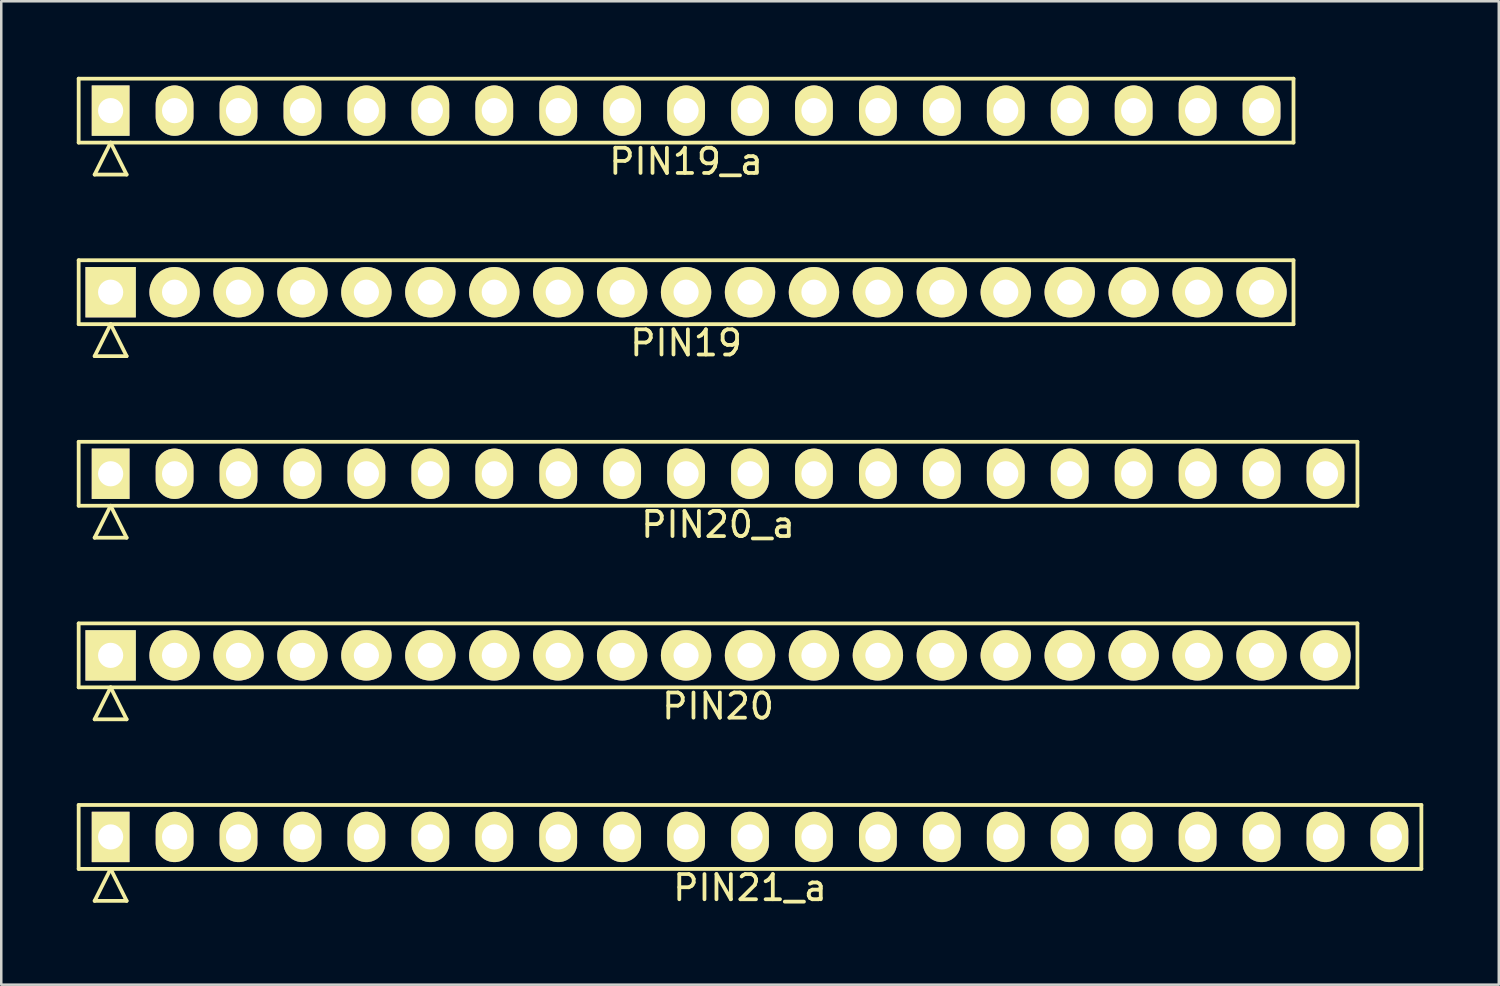
<source format=kicad_pcb>
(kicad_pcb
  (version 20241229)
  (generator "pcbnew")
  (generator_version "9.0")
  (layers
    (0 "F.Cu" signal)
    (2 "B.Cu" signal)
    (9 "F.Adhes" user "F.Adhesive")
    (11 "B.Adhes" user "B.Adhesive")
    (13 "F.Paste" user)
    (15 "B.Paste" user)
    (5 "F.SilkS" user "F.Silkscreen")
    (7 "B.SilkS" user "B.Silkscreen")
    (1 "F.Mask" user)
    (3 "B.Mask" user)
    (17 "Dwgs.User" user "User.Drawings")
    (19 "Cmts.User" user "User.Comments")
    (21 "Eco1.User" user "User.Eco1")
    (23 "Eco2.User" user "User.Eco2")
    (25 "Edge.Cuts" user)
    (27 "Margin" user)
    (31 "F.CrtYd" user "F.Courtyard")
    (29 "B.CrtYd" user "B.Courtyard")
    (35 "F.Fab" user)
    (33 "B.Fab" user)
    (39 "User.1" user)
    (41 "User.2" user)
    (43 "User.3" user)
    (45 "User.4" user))
  (footprint "PIN19_a"
    (layer "F.Cu")
    (at 24.205 1.345)
    (property "Reference" "PIN19_a" (at 0 2.02 0) (layer "F.SilkS") (effects (font (size 1 1) (thickness 0.15))))
    (attr through_hole)
    (fp_line (start -24.13 -1.27) (end -24.13 1.27) (stroke (width 0.15) (type solid)) (layer "F.SilkS"))
    (fp_line (start -24.13 1.27) (end 24.13 1.27) (stroke (width 0.15) (type solid)) (layer "F.SilkS"))
    (fp_line (start -23.495 2.54) (end -22.86 1.27) (stroke (width 0.15) (type solid)) (layer "F.SilkS"))
    (fp_line (start -23.495 2.54) (end -22.225 2.54) (stroke (width 0.15) (type solid)) (layer "F.SilkS"))
    (fp_line (start -22.225 2.54) (end -22.86 1.27) (stroke (width 0.15) (type solid)) (layer "F.SilkS"))
    (fp_line (start 24.13 -1.27) (end -24.13 -1.27) (stroke (width 0.15) (type solid)) (layer "F.SilkS"))
    (fp_line (start 24.13 1.27) (end 24.13 -1.27) (stroke (width 0.15) (type solid)) (layer "F.SilkS"))
    (pad "1" thru_hole rect (at -22.86 0) (size 1.5 2) (drill 1) (layers "*.Cu" "*.Mask" "F.SilkS"))
    (pad "2" thru_hole oval (at -20.32 0) (size 1.5 2) (drill 1) (layers "*.Cu" "*.Mask" "F.SilkS"))
    (pad "3" thru_hole oval (at -17.78 0) (size 1.5 2) (drill 1) (layers "*.Cu" "*.Mask" "F.SilkS"))
    (pad "4" thru_hole oval (at -15.24 0) (size 1.5 2) (drill 1) (layers "*.Cu" "*.Mask" "F.SilkS"))
    (pad "5" thru_hole oval (at -12.7 0) (size 1.5 2) (drill 1) (layers "*.Cu" "*.Mask" "F.SilkS"))
    (pad "6" thru_hole oval (at -10.16 0) (size 1.5 2) (drill 1) (layers "*.Cu" "*.Mask" "F.SilkS"))
    (pad "7" thru_hole oval (at -7.62 0) (size 1.5 2) (drill 1) (layers "*.Cu" "*.Mask" "F.SilkS"))
    (pad "8" thru_hole oval (at -5.08 0) (size 1.5 2) (drill 1) (layers "*.Cu" "*.Mask" "F.SilkS"))
    (pad "9" thru_hole oval (at -2.54 0) (size 1.5 2) (drill 1) (layers "*.Cu" "*.Mask" "F.SilkS"))
    (pad "10" thru_hole oval (at 0 0) (size 1.5 2) (drill 1) (layers "*.Cu" "*.Mask" "F.SilkS"))
    (pad "11" thru_hole oval (at 2.54 0) (size 1.5 2) (drill 1) (layers "*.Cu" "*.Mask" "F.SilkS"))
    (pad "12" thru_hole oval (at 5.08 0) (size 1.5 2) (drill 1) (layers "*.Cu" "*.Mask" "F.SilkS"))
    (pad "13" thru_hole oval (at 7.62 0) (size 1.5 2) (drill 1) (layers "*.Cu" "*.Mask" "F.SilkS"))
    (pad "14" thru_hole oval (at 10.16 0) (size 1.5 2) (drill 1) (layers "*.Cu" "*.Mask" "F.SilkS"))
    (pad "15" thru_hole oval (at 12.7 0) (size 1.5 2) (drill 1) (layers "*.Cu" "*.Mask" "F.SilkS"))
    (pad "16" thru_hole oval (at 15.24 0) (size 1.5 2) (drill 1) (layers "*.Cu" "*.Mask" "F.SilkS"))
    (pad "17" thru_hole oval (at 17.78 0) (size 1.5 2) (drill 1) (layers "*.Cu" "*.Mask" "F.SilkS"))
    (pad "18" thru_hole oval (at 20.32 0) (size 1.5 2) (drill 1) (layers "*.Cu" "*.Mask" "F.SilkS"))
    (pad "19" thru_hole oval (at 22.86 0) (size 1.5 2) (drill 1) (layers "*.Cu" "*.Mask" "F.SilkS")))
  (footprint "PIN20_a"
    (layer "F.Cu")
    (at 25.475 15.771)
    (property "Reference" "PIN20_a" (at 0 2.02 0) (layer "F.SilkS") (effects (font (size 1 1) (thickness 0.15))))
    (attr through_hole)
    (fp_line (start -25.4 -1.27) (end -25.4 1.27) (stroke (width 0.15) (type solid)) (layer "F.SilkS"))
    (fp_line (start -25.4 1.27) (end 25.4 1.27) (stroke (width 0.15) (type solid)) (layer "F.SilkS"))
    (fp_line (start -24.765 2.54) (end -24.13 1.27) (stroke (width 0.15) (type solid)) (layer "F.SilkS"))
    (fp_line (start -24.765 2.54) (end -23.495 2.54) (stroke (width 0.15) (type solid)) (layer "F.SilkS"))
    (fp_line (start -23.495 2.54) (end -24.13 1.27) (stroke (width 0.15) (type solid)) (layer "F.SilkS"))
    (fp_line (start 25.4 -1.27) (end -25.4 -1.27) (stroke (width 0.15) (type solid)) (layer "F.SilkS"))
    (fp_line (start 25.4 1.27) (end 25.4 -1.27) (stroke (width 0.15) (type solid)) (layer "F.SilkS"))
    (pad "1" thru_hole rect (at -24.13 0) (size 1.5 2) (drill 1) (layers "*.Cu" "*.Mask" "F.SilkS"))
    (pad "2" thru_hole oval (at -21.59 0) (size 1.5 2) (drill 1) (layers "*.Cu" "*.Mask" "F.SilkS"))
    (pad "3" thru_hole oval (at -19.05 0) (size 1.5 2) (drill 1) (layers "*.Cu" "*.Mask" "F.SilkS"))
    (pad "4" thru_hole oval (at -16.51 0) (size 1.5 2) (drill 1) (layers "*.Cu" "*.Mask" "F.SilkS"))
    (pad "5" thru_hole oval (at -13.97 0) (size 1.5 2) (drill 1) (layers "*.Cu" "*.Mask" "F.SilkS"))
    (pad "6" thru_hole oval (at -11.43 0) (size 1.5 2) (drill 1) (layers "*.Cu" "*.Mask" "F.SilkS"))
    (pad "7" thru_hole oval (at -8.89 0) (size 1.5 2) (drill 1) (layers "*.Cu" "*.Mask" "F.SilkS"))
    (pad "8" thru_hole oval (at -6.35 0) (size 1.5 2) (drill 1) (layers "*.Cu" "*.Mask" "F.SilkS"))
    (pad "9" thru_hole oval (at -3.81 0) (size 1.5 2) (drill 1) (layers "*.Cu" "*.Mask" "F.SilkS"))
    (pad "10" thru_hole oval (at -1.27 0) (size 1.5 2) (drill 1) (layers "*.Cu" "*.Mask" "F.SilkS"))
    (pad "11" thru_hole oval (at 1.27 0) (size 1.5 2) (drill 1) (layers "*.Cu" "*.Mask" "F.SilkS"))
    (pad "12" thru_hole oval (at 3.81 0) (size 1.5 2) (drill 1) (layers "*.Cu" "*.Mask" "F.SilkS"))
    (pad "13" thru_hole oval (at 6.35 0) (size 1.5 2) (drill 1) (layers "*.Cu" "*.Mask" "F.SilkS"))
    (pad "14" thru_hole oval (at 8.89 0) (size 1.5 2) (drill 1) (layers "*.Cu" "*.Mask" "F.SilkS"))
    (pad "15" thru_hole oval (at 11.43 0) (size 1.5 2) (drill 1) (layers "*.Cu" "*.Mask" "F.SilkS"))
    (pad "16" thru_hole oval (at 13.97 0) (size 1.5 2) (drill 1) (layers "*.Cu" "*.Mask" "F.SilkS"))
    (pad "17" thru_hole oval (at 16.51 0) (size 1.5 2) (drill 1) (layers "*.Cu" "*.Mask" "F.SilkS"))
    (pad "18" thru_hole oval (at 19.05 0) (size 1.5 2) (drill 1) (layers "*.Cu" "*.Mask" "F.SilkS"))
    (pad "19" thru_hole oval (at 21.59 0) (size 1.5 2) (drill 1) (layers "*.Cu" "*.Mask" "F.SilkS"))
    (pad "20" thru_hole oval (at 24.13 0) (size 1.5 2) (drill 1) (layers "*.Cu" "*.Mask" "F.SilkS")))
  (footprint "PIN20"
    (layer "F.Cu")
    (at 25.475 22.985)
    (property "Reference" "PIN20" (at 0 2.02 0) (layer "F.SilkS") (effects (font (size 1 1) (thickness 0.15))))
    (attr through_hole)
    (fp_line (start -25.4 -1.27) (end -25.4 1.27) (stroke (width 0.15) (type solid)) (layer "F.SilkS"))
    (fp_line (start -25.4 1.27) (end 25.4 1.27) (stroke (width 0.15) (type solid)) (layer "F.SilkS"))
    (fp_line (start -24.765 2.54) (end -24.13 1.27) (stroke (width 0.15) (type solid)) (layer "F.SilkS"))
    (fp_line (start -24.765 2.54) (end -23.495 2.54) (stroke (width 0.15) (type solid)) (layer "F.SilkS"))
    (fp_line (start -23.495 2.54) (end -24.13 1.27) (stroke (width 0.15) (type solid)) (layer "F.SilkS"))
    (fp_line (start 25.4 -1.27) (end -25.4 -1.27) (stroke (width 0.15) (type solid)) (layer "F.SilkS"))
    (fp_line (start 25.4 1.27) (end 25.4 -1.27) (stroke (width 0.15) (type solid)) (layer "F.SilkS"))
    (pad "1" thru_hole rect (at -24.13 0) (size 2 2) (drill 1) (layers "*.Cu" "*.Mask" "F.SilkS"))
    (pad "2" thru_hole oval (at -21.59 0) (size 2 2) (drill 1) (layers "*.Cu" "*.Mask" "F.SilkS"))
    (pad "3" thru_hole oval (at -19.05 0) (size 2 2) (drill 1) (layers "*.Cu" "*.Mask" "F.SilkS"))
    (pad "4" thru_hole oval (at -16.51 0) (size 2 2) (drill 1) (layers "*.Cu" "*.Mask" "F.SilkS"))
    (pad "5" thru_hole oval (at -13.97 0) (size 2 2) (drill 1) (layers "*.Cu" "*.Mask" "F.SilkS"))
    (pad "6" thru_hole oval (at -11.43 0) (size 2 2) (drill 1) (layers "*.Cu" "*.Mask" "F.SilkS"))
    (pad "7" thru_hole oval (at -8.89 0) (size 2 2) (drill 1) (layers "*.Cu" "*.Mask" "F.SilkS"))
    (pad "8" thru_hole oval (at -6.35 0) (size 2 2) (drill 1) (layers "*.Cu" "*.Mask" "F.SilkS"))
    (pad "9" thru_hole oval (at -3.81 0) (size 2 2) (drill 1) (layers "*.Cu" "*.Mask" "F.SilkS"))
    (pad "10" thru_hole oval (at -1.27 0) (size 2 2) (drill 1) (layers "*.Cu" "*.Mask" "F.SilkS"))
    (pad "11" thru_hole oval (at 1.27 0) (size 2 2) (drill 1) (layers "*.Cu" "*.Mask" "F.SilkS"))
    (pad "12" thru_hole oval (at 3.81 0) (size 2 2) (drill 1) (layers "*.Cu" "*.Mask" "F.SilkS"))
    (pad "13" thru_hole oval (at 6.35 0) (size 2 2) (drill 1) (layers "*.Cu" "*.Mask" "F.SilkS"))
    (pad "14" thru_hole oval (at 8.89 0) (size 2 2) (drill 1) (layers "*.Cu" "*.Mask" "F.SilkS"))
    (pad "15" thru_hole oval (at 11.43 0) (size 2 2) (drill 1) (layers "*.Cu" "*.Mask" "F.SilkS"))
    (pad "16" thru_hole oval (at 13.97 0) (size 2 2) (drill 1) (layers "*.Cu" "*.Mask" "F.SilkS"))
    (pad "17" thru_hole oval (at 16.51 0) (size 2 2) (drill 1) (layers "*.Cu" "*.Mask" "F.SilkS"))
    (pad "18" thru_hole oval (at 19.05 0) (size 2 2) (drill 1) (layers "*.Cu" "*.Mask" "F.SilkS"))
    (pad "19" thru_hole oval (at 21.59 0) (size 2 2) (drill 1) (layers "*.Cu" "*.Mask" "F.SilkS"))
    (pad "20" thru_hole oval (at 24.13 0) (size 2 2) (drill 1) (layers "*.Cu" "*.Mask" "F.SilkS")))
  (footprint "PIN21_a"
    (layer "F.Cu")
    (at 26.745 30.198)
    (property "Reference" "PIN21_a" (at 0 2.02 0) (layer "F.SilkS") (effects (font (size 1 1) (thickness 0.15))))
    (attr through_hole)
    (fp_line (start -26.67 -1.27) (end -26.67 1.27) (stroke (width 0.15) (type solid)) (layer "F.SilkS"))
    (fp_line (start -26.67 1.27) (end 26.67 1.27) (stroke (width 0.15) (type solid)) (layer "F.SilkS"))
    (fp_line (start -26.035 2.54) (end -25.4 1.27) (stroke (width 0.15) (type solid)) (layer "F.SilkS"))
    (fp_line (start -26.035 2.54) (end -24.765 2.54) (stroke (width 0.15) (type solid)) (layer "F.SilkS"))
    (fp_line (start -24.765 2.54) (end -25.4 1.27) (stroke (width 0.15) (type solid)) (layer "F.SilkS"))
    (fp_line (start 26.67 -1.27) (end -26.67 -1.27) (stroke (width 0.15) (type solid)) (layer "F.SilkS"))
    (fp_line (start 26.67 1.27) (end 26.67 -1.27) (stroke (width 0.15) (type solid)) (layer "F.SilkS"))
    (pad "1" thru_hole rect (at -25.4 0) (size 1.5 2) (drill 1) (layers "*.Cu" "*.Mask" "F.SilkS"))
    (pad "2" thru_hole oval (at -22.86 0) (size 1.5 2) (drill 1) (layers "*.Cu" "*.Mask" "F.SilkS"))
    (pad "3" thru_hole oval (at -20.32 0) (size 1.5 2) (drill 1) (layers "*.Cu" "*.Mask" "F.SilkS"))
    (pad "4" thru_hole oval (at -17.78 0) (size 1.5 2) (drill 1) (layers "*.Cu" "*.Mask" "F.SilkS"))
    (pad "5" thru_hole oval (at -15.24 0) (size 1.5 2) (drill 1) (layers "*.Cu" "*.Mask" "F.SilkS"))
    (pad "6" thru_hole oval (at -12.7 0) (size 1.5 2) (drill 1) (layers "*.Cu" "*.Mask" "F.SilkS"))
    (pad "7" thru_hole oval (at -10.16 0) (size 1.5 2) (drill 1) (layers "*.Cu" "*.Mask" "F.SilkS"))
    (pad "8" thru_hole oval (at -7.62 0) (size 1.5 2) (drill 1) (layers "*.Cu" "*.Mask" "F.SilkS"))
    (pad "9" thru_hole oval (at -5.08 0) (size 1.5 2) (drill 1) (layers "*.Cu" "*.Mask" "F.SilkS"))
    (pad "10" thru_hole oval (at -2.54 0) (size 1.5 2) (drill 1) (layers "*.Cu" "*.Mask" "F.SilkS"))
    (pad "11" thru_hole oval (at 0 0) (size 1.5 2) (drill 1) (layers "*.Cu" "*.Mask" "F.SilkS"))
    (pad "12" thru_hole oval (at 2.54 0) (size 1.5 2) (drill 1) (layers "*.Cu" "*.Mask" "F.SilkS"))
    (pad "13" thru_hole oval (at 5.08 0) (size 1.5 2) (drill 1) (layers "*.Cu" "*.Mask" "F.SilkS"))
    (pad "14" thru_hole oval (at 7.62 0) (size 1.5 2) (drill 1) (layers "*.Cu" "*.Mask" "F.SilkS"))
    (pad "15" thru_hole oval (at 10.16 0) (size 1.5 2) (drill 1) (layers "*.Cu" "*.Mask" "F.SilkS"))
    (pad "16" thru_hole oval (at 12.7 0) (size 1.5 2) (drill 1) (layers "*.Cu" "*.Mask" "F.SilkS"))
    (pad "17" thru_hole oval (at 15.24 0) (size 1.5 2) (drill 1) (layers "*.Cu" "*.Mask" "F.SilkS"))
    (pad "18" thru_hole oval (at 17.78 0) (size 1.5 2) (drill 1) (layers "*.Cu" "*.Mask" "F.SilkS"))
    (pad "19" thru_hole oval (at 20.32 0) (size 1.5 2) (drill 1) (layers "*.Cu" "*.Mask" "F.SilkS"))
    (pad "20" thru_hole oval (at 22.86 0) (size 1.5 2) (drill 1) (layers "*.Cu" "*.Mask" "F.SilkS"))
    (pad "21" thru_hole oval (at 25.4 0) (size 1.5 2) (drill 1) (layers "*.Cu" "*.Mask" "F.SilkS")))
  (footprint "PIN19"
    (layer "F.Cu")
    (at 24.205 8.558)
    (property "Reference" "PIN19" (at 0 2.02 0) (layer "F.SilkS") (effects (font (size 1 1) (thickness 0.15))))
    (attr through_hole)
    (fp_line (start -24.13 -1.27) (end -24.13 1.27) (stroke (width 0.15) (type solid)) (layer "F.SilkS"))
    (fp_line (start -24.13 1.27) (end 24.13 1.27) (stroke (width 0.15) (type solid)) (layer "F.SilkS"))
    (fp_line (start -23.495 2.54) (end -22.86 1.27) (stroke (width 0.15) (type solid)) (layer "F.SilkS"))
    (fp_line (start -23.495 2.54) (end -22.225 2.54) (stroke (width 0.15) (type solid)) (layer "F.SilkS"))
    (fp_line (start -22.225 2.54) (end -22.86 1.27) (stroke (width 0.15) (type solid)) (layer "F.SilkS"))
    (fp_line (start 24.13 -1.27) (end -24.13 -1.27) (stroke (width 0.15) (type solid)) (layer "F.SilkS"))
    (fp_line (start 24.13 1.27) (end 24.13 -1.27) (stroke (width 0.15) (type solid)) (layer "F.SilkS"))
    (pad "1" thru_hole rect (at -22.86 0) (size 2 2) (drill 1) (layers "*.Cu" "*.Mask" "F.SilkS"))
    (pad "2" thru_hole oval (at -20.32 0) (size 2 2) (drill 1) (layers "*.Cu" "*.Mask" "F.SilkS"))
    (pad "3" thru_hole oval (at -17.78 0) (size 2 2) (drill 1) (layers "*.Cu" "*.Mask" "F.SilkS"))
    (pad "4" thru_hole oval (at -15.24 0) (size 2 2) (drill 1) (layers "*.Cu" "*.Mask" "F.SilkS"))
    (pad "5" thru_hole oval (at -12.7 0) (size 2 2) (drill 1) (layers "*.Cu" "*.Mask" "F.SilkS"))
    (pad "6" thru_hole oval (at -10.16 0) (size 2 2) (drill 1) (layers "*.Cu" "*.Mask" "F.SilkS"))
    (pad "7" thru_hole oval (at -7.62 0) (size 2 2) (drill 1) (layers "*.Cu" "*.Mask" "F.SilkS"))
    (pad "8" thru_hole oval (at -5.08 0) (size 2 2) (drill 1) (layers "*.Cu" "*.Mask" "F.SilkS"))
    (pad "9" thru_hole oval (at -2.54 0) (size 2 2) (drill 1) (layers "*.Cu" "*.Mask" "F.SilkS"))
    (pad "10" thru_hole oval (at 0 0) (size 2 2) (drill 1) (layers "*.Cu" "*.Mask" "F.SilkS"))
    (pad "11" thru_hole oval (at 2.54 0) (size 2 2) (drill 1) (layers "*.Cu" "*.Mask" "F.SilkS"))
    (pad "12" thru_hole oval (at 5.08 0) (size 2 2) (drill 1) (layers "*.Cu" "*.Mask" "F.SilkS"))
    (pad "13" thru_hole oval (at 7.62 0) (size 2 2) (drill 1) (layers "*.Cu" "*.Mask" "F.SilkS"))
    (pad "14" thru_hole oval (at 10.16 0) (size 2 2) (drill 1) (layers "*.Cu" "*.Mask" "F.SilkS"))
    (pad "15" thru_hole oval (at 12.7 0) (size 2 2) (drill 1) (layers "*.Cu" "*.Mask" "F.SilkS"))
    (pad "16" thru_hole oval (at 15.24 0) (size 2 2) (drill 1) (layers "*.Cu" "*.Mask" "F.SilkS"))
    (pad "17" thru_hole oval (at 17.78 0) (size 2 2) (drill 1) (layers "*.Cu" "*.Mask" "F.SilkS"))
    (pad "18" thru_hole oval (at 20.32 0) (size 2 2) (drill 1) (layers "*.Cu" "*.Mask" "F.SilkS"))
    (pad "19" thru_hole oval (at 22.86 0) (size 2 2) (drill 1) (layers "*.Cu" "*.Mask" "F.SilkS")))
  (gr_rect
    (start -3 -3)
    (end 56.49 36.066)
    (stroke (width 0.1) (type default))
    (fill no)
    (layer "Edge.Cuts")))
</source>
